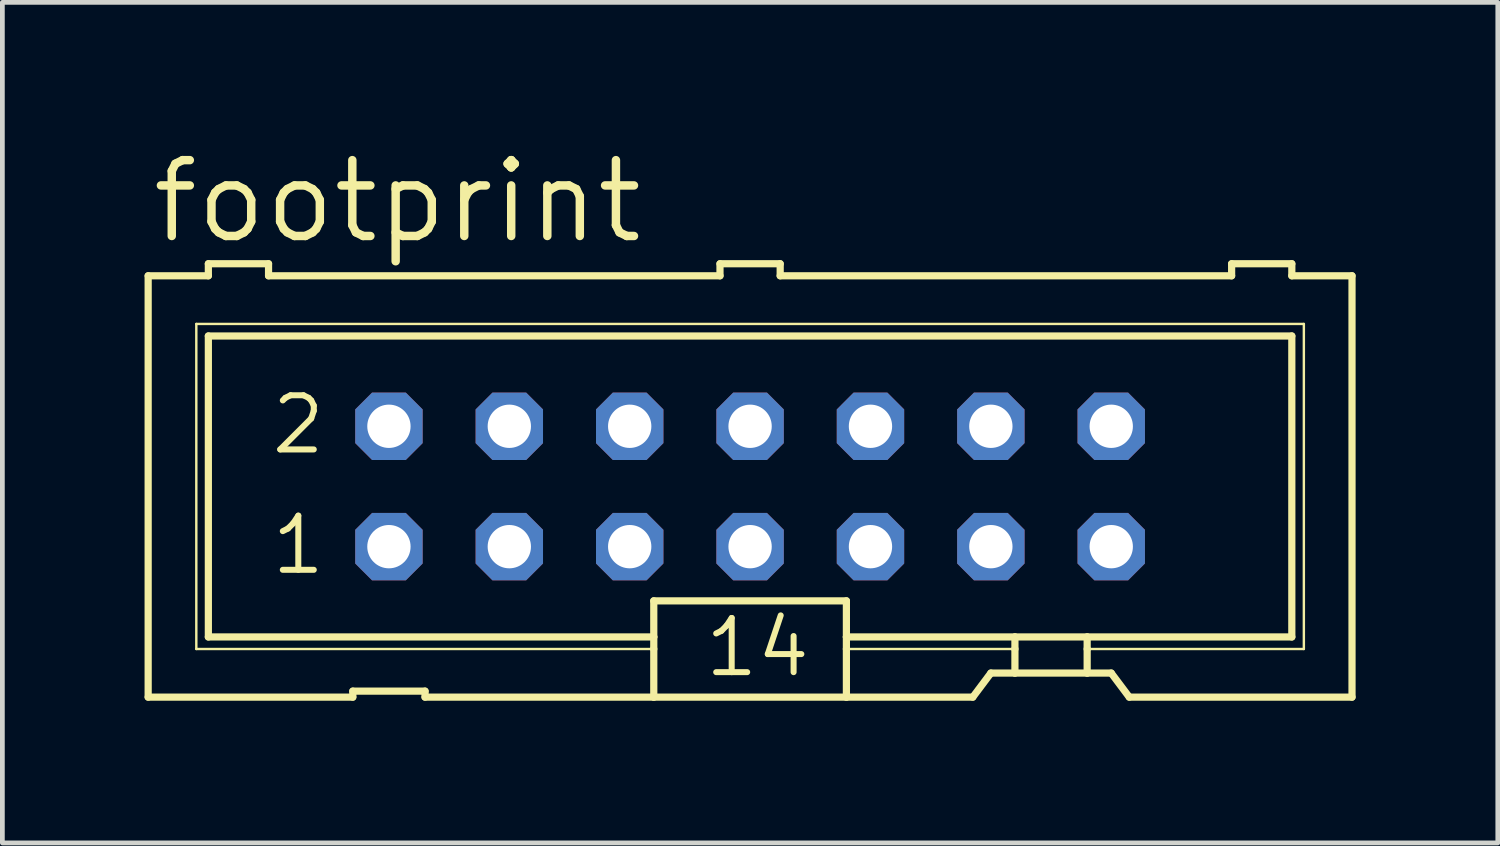
<source format=kicad_pcb>
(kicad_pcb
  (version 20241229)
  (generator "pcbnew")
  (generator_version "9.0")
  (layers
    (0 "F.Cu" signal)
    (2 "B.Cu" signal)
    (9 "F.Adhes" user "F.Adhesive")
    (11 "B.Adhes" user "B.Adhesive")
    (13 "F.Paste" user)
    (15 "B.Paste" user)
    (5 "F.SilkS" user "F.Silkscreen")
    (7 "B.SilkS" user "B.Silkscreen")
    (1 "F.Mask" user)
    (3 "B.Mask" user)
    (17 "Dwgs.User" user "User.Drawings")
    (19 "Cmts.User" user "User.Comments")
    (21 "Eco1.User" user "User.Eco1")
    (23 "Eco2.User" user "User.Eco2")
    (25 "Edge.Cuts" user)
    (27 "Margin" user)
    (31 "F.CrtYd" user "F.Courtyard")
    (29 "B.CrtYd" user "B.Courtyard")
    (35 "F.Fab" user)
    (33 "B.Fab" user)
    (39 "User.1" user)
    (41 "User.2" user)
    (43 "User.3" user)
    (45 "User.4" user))
  (footprint "footprint"
    (layer "F.Cu")
    (at 12.776 7.214)
    (property "Reference" "footprint" (at -12.7 -5.08 0) (layer "F.SilkS") (effects (font (size 1.6 1.6) (thickness 0.178)) (justify left bottom)))
    (fp_line (start -12.7 -4.445) (end -12.7 4.445) (stroke (width 0.152) (type solid)) (layer "F.SilkS"))
    (fp_line (start -12.7 -4.445) (end -11.43 -4.445) (stroke (width 0.152) (type solid)) (layer "F.SilkS"))
    (fp_line (start -11.684 -3.429) (end -11.684 3.429) (stroke (width 0.051) (type solid)) (layer "F.SilkS"))
    (fp_line (start -11.684 3.429) (end -2.032 3.429) (stroke (width 0.051) (type solid)) (layer "F.SilkS"))
    (fp_line (start -11.43 -4.699) (end -11.43 -4.445) (stroke (width 0.152) (type solid)) (layer "F.SilkS"))
    (fp_line (start -11.43 -3.175) (end -11.43 3.175) (stroke (width 0.152) (type solid)) (layer "F.SilkS"))
    (fp_line (start -11.43 -3.175) (end 11.43 -3.175) (stroke (width 0.152) (type solid)) (layer "F.SilkS"))
    (fp_line (start -10.16 -4.699) (end -11.43 -4.699) (stroke (width 0.152) (type solid)) (layer "F.SilkS"))
    (fp_line (start -10.16 -4.699) (end -10.16 -4.445) (stroke (width 0.152) (type solid)) (layer "F.SilkS"))
    (fp_line (start -10.16 -4.445) (end -0.635 -4.445) (stroke (width 0.152) (type solid)) (layer "F.SilkS"))
    (fp_line (start -8.382 4.445) (end -12.7 4.445) (stroke (width 0.152) (type solid)) (layer "F.SilkS"))
    (fp_line (start -8.382 4.445) (end -8.382 4.318) (stroke (width 0.152) (type solid)) (layer "F.SilkS"))
    (fp_line (start -6.858 4.318) (end -8.382 4.318) (stroke (width 0.152) (type solid)) (layer "F.SilkS"))
    (fp_line (start -6.858 4.318) (end -6.858 4.445) (stroke (width 0.152) (type solid)) (layer "F.SilkS"))
    (fp_line (start -2.032 3.175) (end -11.43 3.175) (stroke (width 0.152) (type solid)) (layer "F.SilkS"))
    (fp_line (start -2.032 3.175) (end -2.032 2.413) (stroke (width 0.152) (type solid)) (layer "F.SilkS"))
    (fp_line (start -2.032 3.175) (end -2.032 3.429) (stroke (width 0.152) (type solid)) (layer "F.SilkS"))
    (fp_line (start -2.032 3.429) (end -2.032 4.445) (stroke (width 0.152) (type solid)) (layer "F.SilkS"))
    (fp_line (start -2.032 4.445) (end -6.858 4.445) (stroke (width 0.152) (type solid)) (layer "F.SilkS"))
    (fp_line (start -0.635 -4.699) (end -0.635 -4.445) (stroke (width 0.152) (type solid)) (layer "F.SilkS"))
    (fp_line (start 0.635 -4.699) (end -0.635 -4.699) (stroke (width 0.152) (type solid)) (layer "F.SilkS"))
    (fp_line (start 0.635 -4.699) (end 0.635 -4.445) (stroke (width 0.152) (type solid)) (layer "F.SilkS"))
    (fp_line (start 0.635 -4.445) (end 10.16 -4.445) (stroke (width 0.152) (type solid)) (layer "F.SilkS"))
    (fp_line (start 2.032 2.413) (end -2.032 2.413) (stroke (width 0.152) (type solid)) (layer "F.SilkS"))
    (fp_line (start 2.032 2.413) (end 2.032 3.175) (stroke (width 0.152) (type solid)) (layer "F.SilkS"))
    (fp_line (start 2.032 3.175) (end 2.032 3.429) (stroke (width 0.152) (type solid)) (layer "F.SilkS"))
    (fp_line (start 2.032 3.429) (end 2.032 4.445) (stroke (width 0.152) (type solid)) (layer "F.SilkS"))
    (fp_line (start 2.032 4.445) (end -2.032 4.445) (stroke (width 0.152) (type solid)) (layer "F.SilkS"))
    (fp_line (start 4.699 4.445) (end 2.032 4.445) (stroke (width 0.152) (type solid)) (layer "F.SilkS"))
    (fp_line (start 4.699 4.445) (end 5.08 3.937) (stroke (width 0.152) (type solid)) (layer "F.SilkS"))
    (fp_line (start 5.588 3.175) (end 2.032 3.175) (stroke (width 0.152) (type solid)) (layer "F.SilkS"))
    (fp_line (start 5.588 3.175) (end 5.588 3.429) (stroke (width 0.152) (type solid)) (layer "F.SilkS"))
    (fp_line (start 5.588 3.429) (end 2.032 3.429) (stroke (width 0.051) (type solid)) (layer "F.SilkS"))
    (fp_line (start 5.588 3.429) (end 5.588 3.937) (stroke (width 0.152) (type solid)) (layer "F.SilkS"))
    (fp_line (start 5.588 3.937) (end 5.08 3.937) (stroke (width 0.152) (type solid)) (layer "F.SilkS"))
    (fp_line (start 7.112 3.175) (end 5.588 3.175) (stroke (width 0.152) (type solid)) (layer "F.SilkS"))
    (fp_line (start 7.112 3.175) (end 7.112 3.429) (stroke (width 0.152) (type solid)) (layer "F.SilkS"))
    (fp_line (start 7.112 3.429) (end 7.112 3.937) (stroke (width 0.152) (type solid)) (layer "F.SilkS"))
    (fp_line (start 7.112 3.429) (end 11.684 3.429) (stroke (width 0.051) (type solid)) (layer "F.SilkS"))
    (fp_line (start 7.112 3.937) (end 5.588 3.937) (stroke (width 0.152) (type solid)) (layer "F.SilkS"))
    (fp_line (start 7.62 3.937) (end 7.112 3.937) (stroke (width 0.152) (type solid)) (layer "F.SilkS"))
    (fp_line (start 7.62 3.937) (end 8.001 4.445) (stroke (width 0.152) (type solid)) (layer "F.SilkS"))
    (fp_line (start 10.16 -4.445) (end 10.16 -4.699) (stroke (width 0.152) (type solid)) (layer "F.SilkS"))
    (fp_line (start 11.43 -4.699) (end 10.16 -4.699) (stroke (width 0.152) (type solid)) (layer "F.SilkS"))
    (fp_line (start 11.43 -4.445) (end 11.43 -4.699) (stroke (width 0.152) (type solid)) (layer "F.SilkS"))
    (fp_line (start 11.43 -4.445) (end 12.7 -4.445) (stroke (width 0.152) (type solid)) (layer "F.SilkS"))
    (fp_line (start 11.43 3.175) (end 7.112 3.175) (stroke (width 0.152) (type solid)) (layer "F.SilkS"))
    (fp_line (start 11.43 3.175) (end 11.43 -3.175) (stroke (width 0.152) (type solid)) (layer "F.SilkS"))
    (fp_line (start 11.684 -3.429) (end -11.684 -3.429) (stroke (width 0.051) (type solid)) (layer "F.SilkS"))
    (fp_line (start 11.684 3.429) (end 11.684 -3.429) (stroke (width 0.051) (type solid)) (layer "F.SilkS"))
    (fp_line (start 12.7 4.445) (end 8.001 4.445) (stroke (width 0.152) (type solid)) (layer "F.SilkS"))
    (fp_line (start 12.7 4.445) (end 12.7 -4.445) (stroke (width 0.152) (type solid)) (layer "F.SilkS"))
    (fp_poly (pts (xy -7.874 -1.016) (xy -7.366 -1.016) (xy -7.366 -1.524) (xy -7.874 -1.524)) (stroke (width 0.1) (type solid)) (fill no) (layer "F.Fab"))
    (fp_poly (pts (xy -7.874 1.524) (xy -7.366 1.524) (xy -7.366 1.016) (xy -7.874 1.016)) (stroke (width 0.1) (type solid)) (fill no) (layer "F.Fab"))
    (fp_poly (pts (xy -5.334 -1.016) (xy -4.826 -1.016) (xy -4.826 -1.524) (xy -5.334 -1.524)) (stroke (width 0.1) (type solid)) (fill no) (layer "F.Fab"))
    (fp_poly (pts (xy -5.334 1.524) (xy -4.826 1.524) (xy -4.826 1.016) (xy -5.334 1.016)) (stroke (width 0.1) (type solid)) (fill no) (layer "F.Fab"))
    (fp_poly (pts (xy -2.794 -1.016) (xy -2.286 -1.016) (xy -2.286 -1.524) (xy -2.794 -1.524)) (stroke (width 0.1) (type solid)) (fill no) (layer "F.Fab"))
    (fp_poly (pts (xy -2.794 1.524) (xy -2.286 1.524) (xy -2.286 1.016) (xy -2.794 1.016)) (stroke (width 0.1) (type solid)) (fill no) (layer "F.Fab"))
    (fp_poly (pts (xy -0.254 -1.016) (xy 0.254 -1.016) (xy 0.254 -1.524) (xy -0.254 -1.524)) (stroke (width 0.1) (type solid)) (fill no) (layer "F.Fab"))
    (fp_poly (pts (xy -0.254 1.524) (xy 0.254 1.524) (xy 0.254 1.016) (xy -0.254 1.016)) (stroke (width 0.1) (type solid)) (fill no) (layer "F.Fab"))
    (fp_poly (pts (xy 2.286 -1.016) (xy 2.794 -1.016) (xy 2.794 -1.524) (xy 2.286 -1.524)) (stroke (width 0.1) (type solid)) (fill no) (layer "F.Fab"))
    (fp_poly (pts (xy 2.286 1.524) (xy 2.794 1.524) (xy 2.794 1.016) (xy 2.286 1.016)) (stroke (width 0.1) (type solid)) (fill no) (layer "F.Fab"))
    (fp_poly (pts (xy 4.826 -1.016) (xy 5.334 -1.016) (xy 5.334 -1.524) (xy 4.826 -1.524)) (stroke (width 0.1) (type solid)) (fill no) (layer "F.Fab"))
    (fp_poly (pts (xy 4.826 1.524) (xy 5.334 1.524) (xy 5.334 1.016) (xy 4.826 1.016)) (stroke (width 0.1) (type solid)) (fill no) (layer "F.Fab"))
    (fp_poly (pts (xy 7.366 -1.016) (xy 7.874 -1.016) (xy 7.874 -1.524) (xy 7.366 -1.524)) (stroke (width 0.1) (type solid)) (fill no) (layer "F.Fab"))
    (fp_poly (pts (xy 7.366 1.524) (xy 7.874 1.524) (xy 7.874 1.016) (xy 7.366 1.016)) (stroke (width 0.1) (type solid)) (fill no) (layer "F.Fab"))
    (fp_text user "14" (at -1.016 4.064 0) (layer "F.SilkS") (effects (font (size 1.143 1.143) (thickness 0.127)) (justify left bottom)))
    (fp_text user "2" (at -10.16 -0.635 0) (layer "F.SilkS") (effects (font (size 1.143 1.143) (thickness 0.127)) (justify left bottom)))
    (fp_text user "1" (at -10.16 1.905 0) (layer "F.SilkS") (effects (font (size 1.143 1.143) (thickness 0.127)) (justify left bottom)))
    (pad "1" thru_hole roundrect (at -7.62 1.27) (size 1.422 1.422) (drill 0.914) (layers "*.Cu" "*.Mask") (roundrect_rratio 0.25) (chamfer_ratio 0.25) (chamfer top_left top_right bottom_left bottom_right))
    (pad "2" thru_hole roundrect (at -7.62 -1.27) (size 1.422 1.422) (drill 0.914) (layers "*.Cu" "*.Mask") (roundrect_rratio 0.25) (chamfer_ratio 0.25) (chamfer top_left top_right bottom_left bottom_right))
    (pad "3" thru_hole roundrect (at -5.08 1.27) (size 1.422 1.422) (drill 0.914) (layers "*.Cu" "*.Mask") (roundrect_rratio 0.25) (chamfer_ratio 0.25) (chamfer top_left top_right bottom_left bottom_right))
    (pad "4" thru_hole roundrect (at -5.08 -1.27) (size 1.422 1.422) (drill 0.914) (layers "*.Cu" "*.Mask") (roundrect_rratio 0.25) (chamfer_ratio 0.25) (chamfer top_left top_right bottom_left bottom_right))
    (pad "5" thru_hole roundrect (at -2.54 1.27) (size 1.422 1.422) (drill 0.914) (layers "*.Cu" "*.Mask") (roundrect_rratio 0.25) (chamfer_ratio 0.25) (chamfer top_left top_right bottom_left bottom_right))
    (pad "6" thru_hole roundrect (at -2.54 -1.27) (size 1.422 1.422) (drill 0.914) (layers "*.Cu" "*.Mask") (roundrect_rratio 0.25) (chamfer_ratio 0.25) (chamfer top_left top_right bottom_left bottom_right))
    (pad "7" thru_hole roundrect (at 0 1.27) (size 1.422 1.422) (drill 0.914) (layers "*.Cu" "*.Mask") (roundrect_rratio 0.25) (chamfer_ratio 0.25) (chamfer top_left top_right bottom_left bottom_right))
    (pad "8" thru_hole roundrect (at 0 -1.27) (size 1.422 1.422) (drill 0.914) (layers "*.Cu" "*.Mask") (roundrect_rratio 0.25) (chamfer_ratio 0.25) (chamfer top_left top_right bottom_left bottom_right))
    (pad "9" thru_hole roundrect (at 2.54 1.27) (size 1.422 1.422) (drill 0.914) (layers "*.Cu" "*.Mask") (roundrect_rratio 0.25) (chamfer_ratio 0.25) (chamfer top_left top_right bottom_left bottom_right))
    (pad "10" thru_hole roundrect (at 2.54 -1.27) (size 1.422 1.422) (drill 0.914) (layers "*.Cu" "*.Mask") (roundrect_rratio 0.25) (chamfer_ratio 0.25) (chamfer top_left top_right bottom_left bottom_right))
    (pad "11" thru_hole roundrect (at 5.08 1.27) (size 1.422 1.422) (drill 0.914) (layers "*.Cu" "*.Mask") (roundrect_rratio 0.25) (chamfer_ratio 0.25) (chamfer top_left top_right bottom_left bottom_right))
    (pad "12" thru_hole roundrect (at 5.08 -1.27) (size 1.422 1.422) (drill 0.914) (layers "*.Cu" "*.Mask") (roundrect_rratio 0.25) (chamfer_ratio 0.25) (chamfer top_left top_right bottom_left bottom_right))
    (pad "13" thru_hole roundrect (at 7.62 1.27) (size 1.422 1.422) (drill 0.914) (layers "*.Cu" "*.Mask") (roundrect_rratio 0.25) (chamfer_ratio 0.25) (chamfer top_left top_right bottom_left bottom_right))
    (pad "14" thru_hole roundrect (at 7.62 -1.27) (size 1.422 1.422) (drill 0.914) (layers "*.Cu" "*.Mask") (roundrect_rratio 0.25) (chamfer_ratio 0.25) (chamfer top_left top_right bottom_left bottom_right)))
  (gr_rect
    (start -3 -3)
    (end 28.552 14.735)
    (stroke (width 0.1) (type default))
    (fill no)
    (layer "Edge.Cuts")))
</source>
